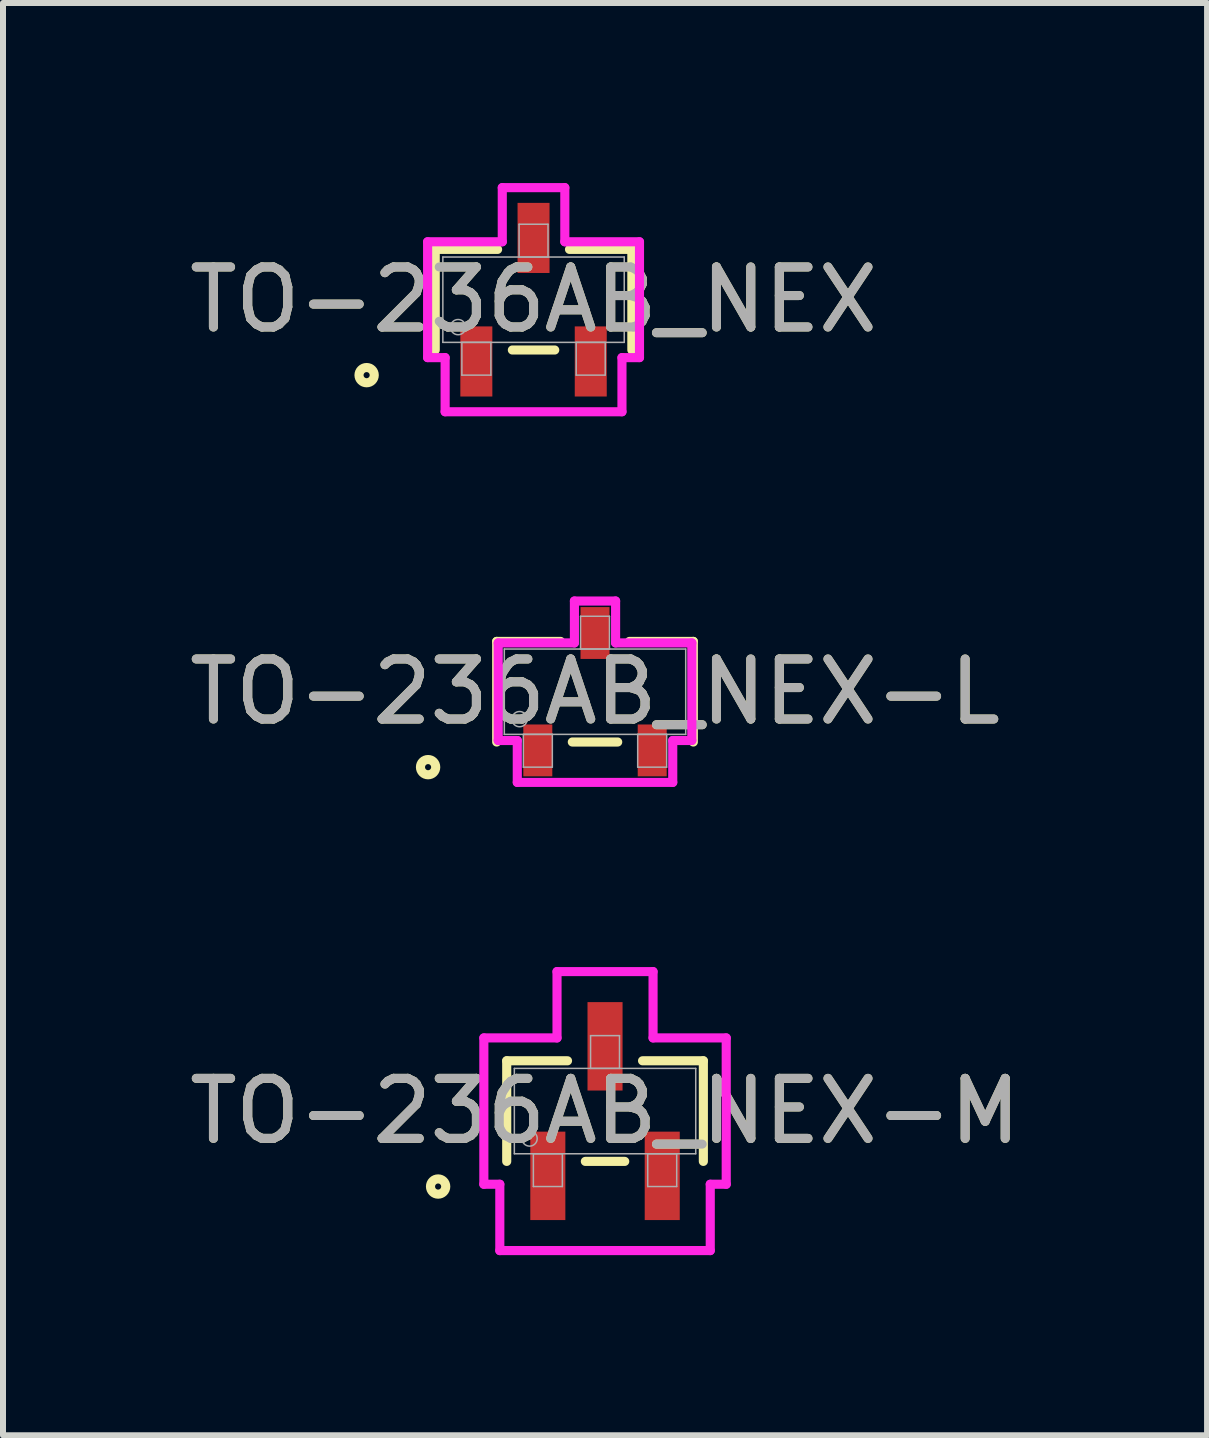
<source format=kicad_pcb>
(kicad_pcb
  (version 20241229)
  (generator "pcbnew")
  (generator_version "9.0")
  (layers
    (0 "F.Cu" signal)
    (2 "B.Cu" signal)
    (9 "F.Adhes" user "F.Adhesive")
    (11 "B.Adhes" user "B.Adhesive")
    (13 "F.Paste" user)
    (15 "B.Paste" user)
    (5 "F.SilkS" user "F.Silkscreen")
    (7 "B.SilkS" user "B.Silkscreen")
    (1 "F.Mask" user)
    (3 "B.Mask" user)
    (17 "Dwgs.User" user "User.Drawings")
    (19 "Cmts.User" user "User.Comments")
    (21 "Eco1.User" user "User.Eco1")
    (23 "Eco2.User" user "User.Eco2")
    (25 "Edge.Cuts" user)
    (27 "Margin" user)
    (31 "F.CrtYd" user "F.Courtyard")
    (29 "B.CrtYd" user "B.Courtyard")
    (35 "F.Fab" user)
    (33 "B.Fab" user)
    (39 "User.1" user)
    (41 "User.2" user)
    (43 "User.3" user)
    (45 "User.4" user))
  (footprint "TO-236AB_NEX-M"
    (layer "F.Cu")
    (at 7.03 15.461)
    (property "Reference" "TO-236AB_NEX-M" (at 0 0 0) (unlocked yes) (layer "F.SilkS") (effects (font (size 1 1) (thickness 0.15))))
    (attr smd)
    (fp_line (start -1.638 -0.838) (end -1.638 0.838) (stroke (width 0.152) (type solid)) (layer "F.SilkS"))
    (fp_line (start -0.625 -0.838) (end -1.638 -0.838) (stroke (width 0.152) (type solid)) (layer "F.SilkS"))
    (fp_line (start -0.328 0.838) (end 0.328 0.838) (stroke (width 0.152) (type solid)) (layer "F.SilkS"))
    (fp_line (start 1.638 -0.838) (end 0.625 -0.838) (stroke (width 0.152) (type solid)) (layer "F.SilkS"))
    (fp_line (start 1.638 0.838) (end 1.638 -0.838) (stroke (width 0.152) (type solid)) (layer "F.SilkS"))
    (fp_circle (center -2.781 1.257) (end -2.654 1.257) (stroke (width 0.152) (type solid)) (fill no) (layer "F.SilkS"))
    (fp_line (start -2.019 -1.219) (end -0.8 -1.219) (stroke (width 0.152) (type solid)) (layer "F.CrtYd"))
    (fp_line (start -2.019 1.219) (end -2.019 -1.219) (stroke (width 0.152) (type solid)) (layer "F.CrtYd"))
    (fp_line (start -2.019 1.219) (end -1.753 1.219) (stroke (width 0.152) (type solid)) (layer "F.CrtYd"))
    (fp_line (start -1.753 1.219) (end -1.753 2.324) (stroke (width 0.152) (type solid)) (layer "F.CrtYd"))
    (fp_line (start -1.753 2.324) (end 1.753 2.324) (stroke (width 0.152) (type solid)) (layer "F.CrtYd"))
    (fp_line (start -0.8 -2.324) (end 0.8 -2.324) (stroke (width 0.152) (type solid)) (layer "F.CrtYd"))
    (fp_line (start -0.8 -1.219) (end -0.8 -2.324) (stroke (width 0.152) (type solid)) (layer "F.CrtYd"))
    (fp_line (start 0.8 -1.219) (end 0.8 -2.324) (stroke (width 0.152) (type solid)) (layer "F.CrtYd"))
    (fp_line (start 1.753 1.219) (end 1.753 2.324) (stroke (width 0.152) (type solid)) (layer "F.CrtYd"))
    (fp_line (start 2.019 -1.219) (end 0.8 -1.219) (stroke (width 0.152) (type solid)) (layer "F.CrtYd"))
    (fp_line (start 2.019 -1.219) (end 2.019 1.219) (stroke (width 0.152) (type solid)) (layer "F.CrtYd"))
    (fp_line (start 2.019 1.219) (end 1.753 1.219) (stroke (width 0.152) (type solid)) (layer "F.CrtYd"))
    (fp_line (start -1.511 -0.711) (end -1.511 0.711) (stroke (width 0.025) (type solid)) (layer "F.Fab"))
    (fp_line (start -1.511 0.711) (end 1.511 0.711) (stroke (width 0.025) (type solid)) (layer "F.Fab"))
    (fp_line (start -1.194 0.711) (end -1.194 1.257) (stroke (width 0.025) (type solid)) (layer "F.Fab"))
    (fp_line (start -1.194 1.257) (end -0.711 1.257) (stroke (width 0.025) (type solid)) (layer "F.Fab"))
    (fp_line (start -0.711 0.711) (end -1.194 0.711) (stroke (width 0.025) (type solid)) (layer "F.Fab"))
    (fp_line (start -0.711 1.257) (end -0.711 0.711) (stroke (width 0.025) (type solid)) (layer "F.Fab"))
    (fp_line (start -0.241 -1.257) (end -0.241 -0.711) (stroke (width 0.025) (type solid)) (layer "F.Fab"))
    (fp_line (start -0.241 -0.711) (end 0.241 -0.711) (stroke (width 0.025) (type solid)) (layer "F.Fab"))
    (fp_line (start 0.241 -1.257) (end -0.241 -1.257) (stroke (width 0.025) (type solid)) (layer "F.Fab"))
    (fp_line (start 0.241 -0.711) (end 0.241 -1.257) (stroke (width 0.025) (type solid)) (layer "F.Fab"))
    (fp_line (start 0.711 0.711) (end 0.711 1.257) (stroke (width 0.025) (type solid)) (layer "F.Fab"))
    (fp_line (start 0.711 1.257) (end 1.194 1.257) (stroke (width 0.025) (type solid)) (layer "F.Fab"))
    (fp_line (start 1.194 0.711) (end 0.711 0.711) (stroke (width 0.025) (type solid)) (layer "F.Fab"))
    (fp_line (start 1.194 1.257) (end 1.194 0.711) (stroke (width 0.025) (type solid)) (layer "F.Fab"))
    (fp_line (start 1.511 -0.711) (end -1.511 -0.711) (stroke (width 0.025) (type solid)) (layer "F.Fab"))
    (fp_line (start 1.511 0.711) (end 1.511 -0.711) (stroke (width 0.025) (type solid)) (layer "F.Fab"))
    (fp_circle (center -1.257 0.457) (end -1.13 0.457) (stroke (width 0.025) (type solid)) (fill no) (layer "F.Fab"))
    (fp_text user "${REFERENCE}" (at 0 0 0) (unlocked yes) (layer "F.Fab") (effects (font (size 1 1) (thickness 0.15))))
    (pad "1" smd rect (at -0.953 1.079) (size 0.584 1.473) (layers "F.Cu" "F.Mask" "F.Paste"))
    (pad "2" smd rect (at 0.953 1.079) (size 0.584 1.473) (layers "F.Cu" "F.Mask" "F.Paste"))
    (pad "3" smd rect (at 0 -1.079) (size 0.584 1.473) (layers "F.Cu" "F.Mask" "F.Paste")))
  (footprint "TO-236AB_NEX-L"
    (layer "F.Cu")
    (at 6.863 8.474)
    (property "Reference" "TO-236AB_NEX-L" (at 0 0 0) (unlocked yes) (layer "F.SilkS") (effects (font (size 1 1) (thickness 0.15))))
    (attr smd)
    (fp_line (start -1.638 -0.838) (end -1.638 0.838) (stroke (width 0.152) (type solid)) (layer "F.SilkS"))
    (fp_line (start -0.574 -0.838) (end -1.638 -0.838) (stroke (width 0.152) (type solid)) (layer "F.SilkS"))
    (fp_line (start -0.378 0.838) (end 0.378 0.838) (stroke (width 0.152) (type solid)) (layer "F.SilkS"))
    (fp_line (start 1.638 -0.838) (end 0.574 -0.838) (stroke (width 0.152) (type solid)) (layer "F.SilkS"))
    (fp_line (start 1.638 0.838) (end 1.638 -0.838) (stroke (width 0.152) (type solid)) (layer "F.SilkS"))
    (fp_circle (center -2.781 1.257) (end -2.654 1.257) (stroke (width 0.152) (type solid)) (fill no) (layer "F.SilkS"))
    (fp_line (start -1.613 -0.813) (end -0.343 -0.813) (stroke (width 0.152) (type solid)) (layer "F.CrtYd"))
    (fp_line (start -1.613 0.813) (end -1.613 -0.813) (stroke (width 0.152) (type solid)) (layer "F.CrtYd"))
    (fp_line (start -1.613 0.813) (end -1.295 0.813) (stroke (width 0.152) (type solid)) (layer "F.CrtYd"))
    (fp_line (start -1.295 0.813) (end -1.295 1.511) (stroke (width 0.152) (type solid)) (layer "F.CrtYd"))
    (fp_line (start -1.295 1.511) (end 1.295 1.511) (stroke (width 0.152) (type solid)) (layer "F.CrtYd"))
    (fp_line (start -0.343 -1.511) (end 0.343 -1.511) (stroke (width 0.152) (type solid)) (layer "F.CrtYd"))
    (fp_line (start -0.343 -0.813) (end -0.343 -1.511) (stroke (width 0.152) (type solid)) (layer "F.CrtYd"))
    (fp_line (start 0.343 -0.813) (end 0.343 -1.511) (stroke (width 0.152) (type solid)) (layer "F.CrtYd"))
    (fp_line (start 1.295 0.813) (end 1.295 1.511) (stroke (width 0.152) (type solid)) (layer "F.CrtYd"))
    (fp_line (start 1.613 -0.813) (end 0.343 -0.813) (stroke (width 0.152) (type solid)) (layer "F.CrtYd"))
    (fp_line (start 1.613 -0.813) (end 1.613 0.813) (stroke (width 0.152) (type solid)) (layer "F.CrtYd"))
    (fp_line (start 1.613 0.813) (end 1.295 0.813) (stroke (width 0.152) (type solid)) (layer "F.CrtYd"))
    (fp_line (start -1.511 -0.711) (end -1.511 0.711) (stroke (width 0.025) (type solid)) (layer "F.Fab"))
    (fp_line (start -1.511 0.711) (end 1.511 0.711) (stroke (width 0.025) (type solid)) (layer "F.Fab"))
    (fp_line (start -1.194 0.711) (end -1.194 1.257) (stroke (width 0.025) (type solid)) (layer "F.Fab"))
    (fp_line (start -1.194 1.257) (end -0.711 1.257) (stroke (width 0.025) (type solid)) (layer "F.Fab"))
    (fp_line (start -0.711 0.711) (end -1.194 0.711) (stroke (width 0.025) (type solid)) (layer "F.Fab"))
    (fp_line (start -0.711 1.257) (end -0.711 0.711) (stroke (width 0.025) (type solid)) (layer "F.Fab"))
    (fp_line (start -0.241 -1.257) (end -0.241 -0.711) (stroke (width 0.025) (type solid)) (layer "F.Fab"))
    (fp_line (start -0.241 -0.711) (end 0.241 -0.711) (stroke (width 0.025) (type solid)) (layer "F.Fab"))
    (fp_line (start 0.241 -1.257) (end -0.241 -1.257) (stroke (width 0.025) (type solid)) (layer "F.Fab"))
    (fp_line (start 0.241 -0.711) (end 0.241 -1.257) (stroke (width 0.025) (type solid)) (layer "F.Fab"))
    (fp_line (start 0.711 0.711) (end 0.711 1.257) (stroke (width 0.025) (type solid)) (layer "F.Fab"))
    (fp_line (start 0.711 1.257) (end 1.194 1.257) (stroke (width 0.025) (type solid)) (layer "F.Fab"))
    (fp_line (start 1.194 0.711) (end 0.711 0.711) (stroke (width 0.025) (type solid)) (layer "F.Fab"))
    (fp_line (start 1.194 1.257) (end 1.194 0.711) (stroke (width 0.025) (type solid)) (layer "F.Fab"))
    (fp_line (start 1.511 -0.711) (end -1.511 -0.711) (stroke (width 0.025) (type solid)) (layer "F.Fab"))
    (fp_line (start 1.511 0.711) (end 1.511 -0.711) (stroke (width 0.025) (type solid)) (layer "F.Fab"))
    (fp_circle (center -1.257 0.457) (end -1.13 0.457) (stroke (width 0.025) (type solid)) (fill no) (layer "F.Fab"))
    (fp_text user "${REFERENCE}" (at 0 0 0) (unlocked yes) (layer "F.Fab") (effects (font (size 1 1) (thickness 0.15))))
    (pad "1" smd rect (at -0.953 0.978) (size 0.483 0.864) (layers "F.Cu" "F.Mask" "F.Paste"))
    (pad "2" smd rect (at 0.953 0.978) (size 0.483 0.864) (layers "F.Cu" "F.Mask" "F.Paste"))
    (pad "3" smd rect (at 0 -0.978) (size 0.483 0.864) (layers "F.Cu" "F.Mask" "F.Paste")))
  (footprint "TO-236AB_NEX"
    (layer "F.Cu")
    (at 5.839 1.943)
    (property "Reference" "TO-236AB_NEX" (at 0 0 0) (unlocked yes) (layer "F.SilkS") (effects (font (size 1 1) (thickness 0.15))))
    (attr smd)
    (fp_line (start -1.638 -0.838) (end -1.638 0.838) (stroke (width 0.152) (type solid)) (layer "F.SilkS"))
    (fp_line (start -0.599 -0.838) (end -1.638 -0.838) (stroke (width 0.152) (type solid)) (layer "F.SilkS"))
    (fp_line (start -0.353 0.838) (end 0.353 0.838) (stroke (width 0.152) (type solid)) (layer "F.SilkS"))
    (fp_line (start 1.638 -0.838) (end 0.599 -0.838) (stroke (width 0.152) (type solid)) (layer "F.SilkS"))
    (fp_line (start 1.638 0.838) (end 1.638 -0.838) (stroke (width 0.152) (type solid)) (layer "F.SilkS"))
    (fp_circle (center -2.781 1.257) (end -2.654 1.257) (stroke (width 0.152) (type solid)) (fill no) (layer "F.SilkS"))
    (fp_line (start -1.765 -0.965) (end -0.521 -0.965) (stroke (width 0.152) (type solid)) (layer "F.CrtYd"))
    (fp_line (start -1.765 0.965) (end -1.765 -0.965) (stroke (width 0.152) (type solid)) (layer "F.CrtYd"))
    (fp_line (start -1.765 0.965) (end -1.473 0.965) (stroke (width 0.152) (type solid)) (layer "F.CrtYd"))
    (fp_line (start -1.473 0.965) (end -1.473 1.867) (stroke (width 0.152) (type solid)) (layer "F.CrtYd"))
    (fp_line (start -1.473 1.867) (end 1.473 1.867) (stroke (width 0.152) (type solid)) (layer "F.CrtYd"))
    (fp_line (start -0.521 -1.867) (end 0.521 -1.867) (stroke (width 0.152) (type solid)) (layer "F.CrtYd"))
    (fp_line (start -0.521 -0.965) (end -0.521 -1.867) (stroke (width 0.152) (type solid)) (layer "F.CrtYd"))
    (fp_line (start 0.521 -0.965) (end 0.521 -1.867) (stroke (width 0.152) (type solid)) (layer "F.CrtYd"))
    (fp_line (start 1.473 0.965) (end 1.473 1.867) (stroke (width 0.152) (type solid)) (layer "F.CrtYd"))
    (fp_line (start 1.765 -0.965) (end 0.521 -0.965) (stroke (width 0.152) (type solid)) (layer "F.CrtYd"))
    (fp_line (start 1.765 -0.965) (end 1.765 0.965) (stroke (width 0.152) (type solid)) (layer "F.CrtYd"))
    (fp_line (start 1.765 0.965) (end 1.473 0.965) (stroke (width 0.152) (type solid)) (layer "F.CrtYd"))
    (fp_line (start -1.511 -0.711) (end -1.511 0.711) (stroke (width 0.025) (type solid)) (layer "F.Fab"))
    (fp_line (start -1.511 0.711) (end 1.511 0.711) (stroke (width 0.025) (type solid)) (layer "F.Fab"))
    (fp_line (start -1.194 0.711) (end -1.194 1.257) (stroke (width 0.025) (type solid)) (layer "F.Fab"))
    (fp_line (start -1.194 1.257) (end -0.711 1.257) (stroke (width 0.025) (type solid)) (layer "F.Fab"))
    (fp_line (start -0.711 0.711) (end -1.194 0.711) (stroke (width 0.025) (type solid)) (layer "F.Fab"))
    (fp_line (start -0.711 1.257) (end -0.711 0.711) (stroke (width 0.025) (type solid)) (layer "F.Fab"))
    (fp_line (start -0.241 -1.257) (end -0.241 -0.711) (stroke (width 0.025) (type solid)) (layer "F.Fab"))
    (fp_line (start -0.241 -0.711) (end 0.241 -0.711) (stroke (width 0.025) (type solid)) (layer "F.Fab"))
    (fp_line (start 0.241 -1.257) (end -0.241 -1.257) (stroke (width 0.025) (type solid)) (layer "F.Fab"))
    (fp_line (start 0.241 -0.711) (end 0.241 -1.257) (stroke (width 0.025) (type solid)) (layer "F.Fab"))
    (fp_line (start 0.711 0.711) (end 0.711 1.257) (stroke (width 0.025) (type solid)) (layer "F.Fab"))
    (fp_line (start 0.711 1.257) (end 1.194 1.257) (stroke (width 0.025) (type solid)) (layer "F.Fab"))
    (fp_line (start 1.194 0.711) (end 0.711 0.711) (stroke (width 0.025) (type solid)) (layer "F.Fab"))
    (fp_line (start 1.194 1.257) (end 1.194 0.711) (stroke (width 0.025) (type solid)) (layer "F.Fab"))
    (fp_line (start 1.511 -0.711) (end -1.511 -0.711) (stroke (width 0.025) (type solid)) (layer "F.Fab"))
    (fp_line (start 1.511 0.711) (end 1.511 -0.711) (stroke (width 0.025) (type solid)) (layer "F.Fab"))
    (fp_circle (center -1.257 0.457) (end -1.13 0.457) (stroke (width 0.025) (type solid)) (fill no) (layer "F.Fab"))
    (fp_text user "${REFERENCE}" (at 0 0 0) (unlocked yes) (layer "F.Fab") (effects (font (size 1 1) (thickness 0.15))))
    (pad "1" smd rect (at -0.953 1.029) (size 0.533 1.168) (layers "F.Cu" "F.Mask" "F.Paste"))
    (pad "2" smd rect (at 0.953 1.029) (size 0.533 1.168) (layers "F.Cu" "F.Mask" "F.Paste"))
    (pad "3" smd rect (at 0 -1.029) (size 0.533 1.168) (layers "F.Cu" "F.Mask" "F.Paste")))
  (gr_rect
    (start -3 -3)
    (end 17.06 20.862)
    (stroke (width 0.1) (type default))
    (fill no)
    (layer "Edge.Cuts")))
</source>
